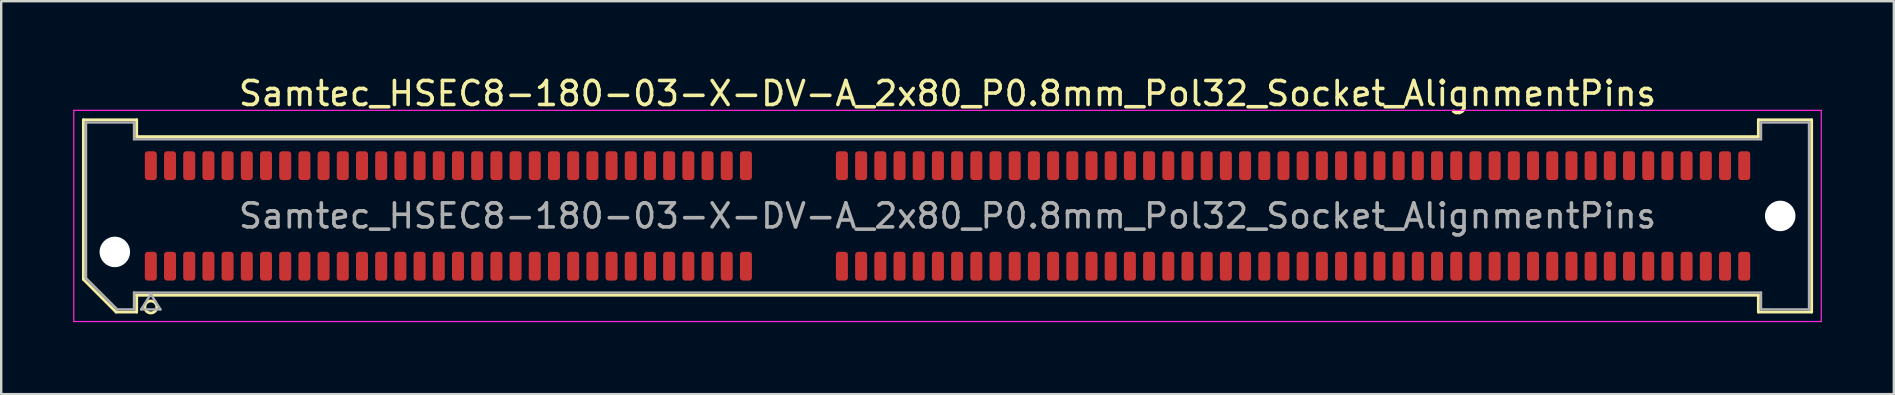
<source format=kicad_pcb>
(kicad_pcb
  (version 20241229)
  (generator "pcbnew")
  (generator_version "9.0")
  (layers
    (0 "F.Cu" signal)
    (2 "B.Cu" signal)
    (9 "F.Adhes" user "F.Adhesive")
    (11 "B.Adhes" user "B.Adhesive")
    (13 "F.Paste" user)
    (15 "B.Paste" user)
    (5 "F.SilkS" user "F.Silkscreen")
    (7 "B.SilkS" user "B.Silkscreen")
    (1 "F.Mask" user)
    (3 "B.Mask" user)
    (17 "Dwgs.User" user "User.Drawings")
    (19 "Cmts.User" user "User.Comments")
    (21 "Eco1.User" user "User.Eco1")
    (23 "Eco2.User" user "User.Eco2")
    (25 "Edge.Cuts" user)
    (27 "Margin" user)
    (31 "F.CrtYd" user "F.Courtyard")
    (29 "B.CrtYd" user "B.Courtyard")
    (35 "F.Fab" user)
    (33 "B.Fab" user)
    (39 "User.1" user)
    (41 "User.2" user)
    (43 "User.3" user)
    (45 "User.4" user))
  (footprint "Samtec_HSEC8-180-03-X-DV-A_2x80_P0.8mm_Pol32_Socket_AlignmentPins"
    (layer "F.Cu")
    (at 36.435 5.948)
    (property "Reference" "Samtec_HSEC8-180-03-X-DV-A_2x80_P0.8mm_Pol32_Socket_AlignmentPins" (at 0 -5.1 0) (layer "F.SilkS") (effects (font (size 1 1) (thickness 0.15))))
    (attr smd)
    (fp_line (start -36.01 -4.005) (end -33.79 -4.005) (stroke (width 0.12) (type solid)) (layer "F.SilkS"))
    (fp_line (start -36.01 2.641) (end -36.01 -4.005) (stroke (width 0.12) (type solid)) (layer "F.SilkS"))
    (fp_line (start -34.646 4.005) (end -36.01 2.641) (stroke (width 0.12) (type solid)) (layer "F.SilkS"))
    (fp_line (start -33.79 -4.005) (end -33.79 -3.305) (stroke (width 0.12) (type solid)) (layer "F.SilkS"))
    (fp_line (start -33.79 -3.305) (end 33.79 -3.305) (stroke (width 0.12) (type solid)) (layer "F.SilkS"))
    (fp_line (start -33.79 3.305) (end -33.79 4.005) (stroke (width 0.12) (type solid)) (layer "F.SilkS"))
    (fp_line (start -33.79 4.005) (end -34.646 4.005) (stroke (width 0.12) (type solid)) (layer "F.SilkS"))
    (fp_line (start 33.79 -4.005) (end 36.01 -4.005) (stroke (width 0.12) (type solid)) (layer "F.SilkS"))
    (fp_line (start 33.79 -3.305) (end 33.79 -4.005) (stroke (width 0.12) (type solid)) (layer "F.SilkS"))
    (fp_line (start 33.79 3.305) (end -33.79 3.305) (stroke (width 0.12) (type solid)) (layer "F.SilkS"))
    (fp_line (start 33.79 4.005) (end 33.79 3.305) (stroke (width 0.12) (type solid)) (layer "F.SilkS"))
    (fp_line (start 36.01 -4.005) (end 36.01 4.005) (stroke (width 0.12) (type solid)) (layer "F.SilkS"))
    (fp_line (start 36.01 4.005) (end 33.79 4.005) (stroke (width 0.12) (type solid)) (layer "F.SilkS"))
    (fp_arc (start -32.95 3.795) (mid -33.45 3.795) (end -32.95 3.795) (stroke (width 0.12) (type solid)) (layer "F.SilkS"))
    (fp_line (start -36.41 -4.4) (end -36.41 4.4) (stroke (width 0.05) (type solid)) (layer "F.CrtYd"))
    (fp_line (start -36.41 4.4) (end 36.41 4.4) (stroke (width 0.05) (type solid)) (layer "F.CrtYd"))
    (fp_line (start 36.41 -4.4) (end -36.41 -4.4) (stroke (width 0.05) (type solid)) (layer "F.CrtYd"))
    (fp_line (start 36.41 4.4) (end 36.41 -4.4) (stroke (width 0.05) (type solid)) (layer "F.CrtYd"))
    (fp_line (start -35.9 -3.895) (end -33.9 -3.895) (stroke (width 0.1) (type solid)) (layer "F.Fab"))
    (fp_line (start -35.9 2.595) (end -35.9 -3.895) (stroke (width 0.1) (type solid)) (layer "F.Fab"))
    (fp_line (start -34.6 3.895) (end -35.9 2.595) (stroke (width 0.1) (type solid)) (layer "F.Fab"))
    (fp_line (start -33.9 -3.895) (end -33.9 -3.195) (stroke (width 0.1) (type solid)) (layer "F.Fab"))
    (fp_line (start -33.9 -3.195) (end 33.9 -3.195) (stroke (width 0.1) (type solid)) (layer "F.Fab"))
    (fp_line (start -33.9 3.195) (end -33.9 3.895) (stroke (width 0.1) (type solid)) (layer "F.Fab"))
    (fp_line (start -33.9 3.895) (end -34.6 3.895) (stroke (width 0.1) (type solid)) (layer "F.Fab"))
    (fp_line (start -33.6 3.895) (end -33.2 3.255) (stroke (width 0.1) (type solid)) (layer "F.Fab"))
    (fp_line (start -33.2 3.255) (end -32.8 3.895) (stroke (width 0.1) (type solid)) (layer "F.Fab"))
    (fp_line (start -32.8 3.895) (end -33.6 3.895) (stroke (width 0.1) (type solid)) (layer "F.Fab"))
    (fp_line (start 33.9 -3.895) (end 35.9 -3.895) (stroke (width 0.1) (type solid)) (layer "F.Fab"))
    (fp_line (start 33.9 -3.195) (end 33.9 -3.895) (stroke (width 0.1) (type solid)) (layer "F.Fab"))
    (fp_line (start 33.9 3.195) (end -33.9 3.195) (stroke (width 0.1) (type solid)) (layer "F.Fab"))
    (fp_line (start 33.9 3.895) (end 33.9 3.195) (stroke (width 0.1) (type solid)) (layer "F.Fab"))
    (fp_line (start 35.9 -3.895) (end 35.9 3.895) (stroke (width 0.1) (type solid)) (layer "F.Fab"))
    (fp_line (start 35.9 3.895) (end 33.9 3.895) (stroke (width 0.1) (type solid)) (layer "F.Fab"))
    (fp_text user "${REFERENCE}" (at 0 0 0) (layer "F.Fab") (effects (font (size 1 1) (thickness 0.15))))
    (pad "" np_thru_hole circle (at -34.7 1.5) (size 1.27 1.27) (drill 1.27) (layers "*.Cu" "*.Mask"))
    (pad "" np_thru_hole circle (at 34.7 0) (size 1.27 1.27) (drill 1.27) (layers "*.Cu" "*.Mask"))
    (pad "1" smd roundrect (at -33.2 2.095) (size 0.5 1.2) (layers "F.Cu" "F.Mask" "F.Paste") (roundrect_rratio 0.25))
    (pad "2" smd roundrect (at -33.2 -2.095) (size 0.5 1.2) (layers "F.Cu" "F.Mask" "F.Paste") (roundrect_rratio 0.25))
    (pad "3" smd roundrect (at -32.4 2.095) (size 0.5 1.2) (layers "F.Cu" "F.Mask" "F.Paste") (roundrect_rratio 0.25))
    (pad "4" smd roundrect (at -32.4 -2.095) (size 0.5 1.2) (layers "F.Cu" "F.Mask" "F.Paste") (roundrect_rratio 0.25))
    (pad "5" smd roundrect (at -31.6 2.095) (size 0.5 1.2) (layers "F.Cu" "F.Mask" "F.Paste") (roundrect_rratio 0.25))
    (pad "6" smd roundrect (at -31.6 -2.095) (size 0.5 1.2) (layers "F.Cu" "F.Mask" "F.Paste") (roundrect_rratio 0.25))
    (pad "7" smd roundrect (at -30.8 2.095) (size 0.5 1.2) (layers "F.Cu" "F.Mask" "F.Paste") (roundrect_rratio 0.25))
    (pad "8" smd roundrect (at -30.8 -2.095) (size 0.5 1.2) (layers "F.Cu" "F.Mask" "F.Paste") (roundrect_rratio 0.25))
    (pad "9" smd roundrect (at -30 2.095) (size 0.5 1.2) (layers "F.Cu" "F.Mask" "F.Paste") (roundrect_rratio 0.25))
    (pad "10" smd roundrect (at -30 -2.095) (size 0.5 1.2) (layers "F.Cu" "F.Mask" "F.Paste") (roundrect_rratio 0.25))
    (pad "11" smd roundrect (at -29.2 2.095) (size 0.5 1.2) (layers "F.Cu" "F.Mask" "F.Paste") (roundrect_rratio 0.25))
    (pad "12" smd roundrect (at -29.2 -2.095) (size 0.5 1.2) (layers "F.Cu" "F.Mask" "F.Paste") (roundrect_rratio 0.25))
    (pad "13" smd roundrect (at -28.4 2.095) (size 0.5 1.2) (layers "F.Cu" "F.Mask" "F.Paste") (roundrect_rratio 0.25))
    (pad "14" smd roundrect (at -28.4 -2.095) (size 0.5 1.2) (layers "F.Cu" "F.Mask" "F.Paste") (roundrect_rratio 0.25))
    (pad "15" smd roundrect (at -27.6 2.095) (size 0.5 1.2) (layers "F.Cu" "F.Mask" "F.Paste") (roundrect_rratio 0.25))
    (pad "16" smd roundrect (at -27.6 -2.095) (size 0.5 1.2) (layers "F.Cu" "F.Mask" "F.Paste") (roundrect_rratio 0.25))
    (pad "17" smd roundrect (at -26.8 2.095) (size 0.5 1.2) (layers "F.Cu" "F.Mask" "F.Paste") (roundrect_rratio 0.25))
    (pad "18" smd roundrect (at -26.8 -2.095) (size 0.5 1.2) (layers "F.Cu" "F.Mask" "F.Paste") (roundrect_rratio 0.25))
    (pad "19" smd roundrect (at -26 2.095) (size 0.5 1.2) (layers "F.Cu" "F.Mask" "F.Paste") (roundrect_rratio 0.25))
    (pad "20" smd roundrect (at -26 -2.095) (size 0.5 1.2) (layers "F.Cu" "F.Mask" "F.Paste") (roundrect_rratio 0.25))
    (pad "21" smd roundrect (at -25.2 2.095) (size 0.5 1.2) (layers "F.Cu" "F.Mask" "F.Paste") (roundrect_rratio 0.25))
    (pad "22" smd roundrect (at -25.2 -2.095) (size 0.5 1.2) (layers "F.Cu" "F.Mask" "F.Paste") (roundrect_rratio 0.25))
    (pad "23" smd roundrect (at -24.4 2.095) (size 0.5 1.2) (layers "F.Cu" "F.Mask" "F.Paste") (roundrect_rratio 0.25))
    (pad "24" smd roundrect (at -24.4 -2.095) (size 0.5 1.2) (layers "F.Cu" "F.Mask" "F.Paste") (roundrect_rratio 0.25))
    (pad "25" smd roundrect (at -23.6 2.095) (size 0.5 1.2) (layers "F.Cu" "F.Mask" "F.Paste") (roundrect_rratio 0.25))
    (pad "26" smd roundrect (at -23.6 -2.095) (size 0.5 1.2) (layers "F.Cu" "F.Mask" "F.Paste") (roundrect_rratio 0.25))
    (pad "27" smd roundrect (at -22.8 2.095) (size 0.5 1.2) (layers "F.Cu" "F.Mask" "F.Paste") (roundrect_rratio 0.25))
    (pad "28" smd roundrect (at -22.8 -2.095) (size 0.5 1.2) (layers "F.Cu" "F.Mask" "F.Paste") (roundrect_rratio 0.25))
    (pad "29" smd roundrect (at -22 2.095) (size 0.5 1.2) (layers "F.Cu" "F.Mask" "F.Paste") (roundrect_rratio 0.25))
    (pad "30" smd roundrect (at -22 -2.095) (size 0.5 1.2) (layers "F.Cu" "F.Mask" "F.Paste") (roundrect_rratio 0.25))
    (pad "31" smd roundrect (at -21.2 2.095) (size 0.5 1.2) (layers "F.Cu" "F.Mask" "F.Paste") (roundrect_rratio 0.25))
    (pad "32" smd roundrect (at -21.2 -2.095) (size 0.5 1.2) (layers "F.Cu" "F.Mask" "F.Paste") (roundrect_rratio 0.25))
    (pad "33" smd roundrect (at -20.4 2.095) (size 0.5 1.2) (layers "F.Cu" "F.Mask" "F.Paste") (roundrect_rratio 0.25))
    (pad "34" smd roundrect (at -20.4 -2.095) (size 0.5 1.2) (layers "F.Cu" "F.Mask" "F.Paste") (roundrect_rratio 0.25))
    (pad "35" smd roundrect (at -19.6 2.095) (size 0.5 1.2) (layers "F.Cu" "F.Mask" "F.Paste") (roundrect_rratio 0.25))
    (pad "36" smd roundrect (at -19.6 -2.095) (size 0.5 1.2) (layers "F.Cu" "F.Mask" "F.Paste") (roundrect_rratio 0.25))
    (pad "37" smd roundrect (at -18.8 2.095) (size 0.5 1.2) (layers "F.Cu" "F.Mask" "F.Paste") (roundrect_rratio 0.25))
    (pad "38" smd roundrect (at -18.8 -2.095) (size 0.5 1.2) (layers "F.Cu" "F.Mask" "F.Paste") (roundrect_rratio 0.25))
    (pad "39" smd roundrect (at -18 2.095) (size 0.5 1.2) (layers "F.Cu" "F.Mask" "F.Paste") (roundrect_rratio 0.25))
    (pad "40" smd roundrect (at -18 -2.095) (size 0.5 1.2) (layers "F.Cu" "F.Mask" "F.Paste") (roundrect_rratio 0.25))
    (pad "41" smd roundrect (at -17.2 2.095) (size 0.5 1.2) (layers "F.Cu" "F.Mask" "F.Paste") (roundrect_rratio 0.25))
    (pad "42" smd roundrect (at -17.2 -2.095) (size 0.5 1.2) (layers "F.Cu" "F.Mask" "F.Paste") (roundrect_rratio 0.25))
    (pad "43" smd roundrect (at -16.4 2.095) (size 0.5 1.2) (layers "F.Cu" "F.Mask" "F.Paste") (roundrect_rratio 0.25))
    (pad "44" smd roundrect (at -16.4 -2.095) (size 0.5 1.2) (layers "F.Cu" "F.Mask" "F.Paste") (roundrect_rratio 0.25))
    (pad "45" smd roundrect (at -15.6 2.095) (size 0.5 1.2) (layers "F.Cu" "F.Mask" "F.Paste") (roundrect_rratio 0.25))
    (pad "46" smd roundrect (at -15.6 -2.095) (size 0.5 1.2) (layers "F.Cu" "F.Mask" "F.Paste") (roundrect_rratio 0.25))
    (pad "47" smd roundrect (at -14.8 2.095) (size 0.5 1.2) (layers "F.Cu" "F.Mask" "F.Paste") (roundrect_rratio 0.25))
    (pad "48" smd roundrect (at -14.8 -2.095) (size 0.5 1.2) (layers "F.Cu" "F.Mask" "F.Paste") (roundrect_rratio 0.25))
    (pad "49" smd roundrect (at -14 2.095) (size 0.5 1.2) (layers "F.Cu" "F.Mask" "F.Paste") (roundrect_rratio 0.25))
    (pad "50" smd roundrect (at -14 -2.095) (size 0.5 1.2) (layers "F.Cu" "F.Mask" "F.Paste") (roundrect_rratio 0.25))
    (pad "51" smd roundrect (at -13.2 2.095) (size 0.5 1.2) (layers "F.Cu" "F.Mask" "F.Paste") (roundrect_rratio 0.25))
    (pad "52" smd roundrect (at -13.2 -2.095) (size 0.5 1.2) (layers "F.Cu" "F.Mask" "F.Paste") (roundrect_rratio 0.25))
    (pad "53" smd roundrect (at -12.4 2.095) (size 0.5 1.2) (layers "F.Cu" "F.Mask" "F.Paste") (roundrect_rratio 0.25))
    (pad "54" smd roundrect (at -12.4 -2.095) (size 0.5 1.2) (layers "F.Cu" "F.Mask" "F.Paste") (roundrect_rratio 0.25))
    (pad "55" smd roundrect (at -11.6 2.095) (size 0.5 1.2) (layers "F.Cu" "F.Mask" "F.Paste") (roundrect_rratio 0.25))
    (pad "56" smd roundrect (at -11.6 -2.095) (size 0.5 1.2) (layers "F.Cu" "F.Mask" "F.Paste") (roundrect_rratio 0.25))
    (pad "57" smd roundrect (at -10.8 2.095) (size 0.5 1.2) (layers "F.Cu" "F.Mask" "F.Paste") (roundrect_rratio 0.25))
    (pad "58" smd roundrect (at -10.8 -2.095) (size 0.5 1.2) (layers "F.Cu" "F.Mask" "F.Paste") (roundrect_rratio 0.25))
    (pad "59" smd roundrect (at -10 2.095) (size 0.5 1.2) (layers "F.Cu" "F.Mask" "F.Paste") (roundrect_rratio 0.25))
    (pad "60" smd roundrect (at -10 -2.095) (size 0.5 1.2) (layers "F.Cu" "F.Mask" "F.Paste") (roundrect_rratio 0.25))
    (pad "61" smd roundrect (at -9.2 2.095) (size 0.5 1.2) (layers "F.Cu" "F.Mask" "F.Paste") (roundrect_rratio 0.25))
    (pad "62" smd roundrect (at -9.2 -2.095) (size 0.5 1.2) (layers "F.Cu" "F.Mask" "F.Paste") (roundrect_rratio 0.25))
    (pad "63" smd roundrect (at -8.4 2.095) (size 0.5 1.2) (layers "F.Cu" "F.Mask" "F.Paste") (roundrect_rratio 0.25))
    (pad "64" smd roundrect (at -8.4 -2.095) (size 0.5 1.2) (layers "F.Cu" "F.Mask" "F.Paste") (roundrect_rratio 0.25))
    (pad "65" smd roundrect (at -4.4 2.095) (size 0.5 1.2) (layers "F.Cu" "F.Mask" "F.Paste") (roundrect_rratio 0.25))
    (pad "66" smd roundrect (at -4.4 -2.095) (size 0.5 1.2) (layers "F.Cu" "F.Mask" "F.Paste") (roundrect_rratio 0.25))
    (pad "67" smd roundrect (at -3.6 2.095) (size 0.5 1.2) (layers "F.Cu" "F.Mask" "F.Paste") (roundrect_rratio 0.25))
    (pad "68" smd roundrect (at -3.6 -2.095) (size 0.5 1.2) (layers "F.Cu" "F.Mask" "F.Paste") (roundrect_rratio 0.25))
    (pad "69" smd roundrect (at -2.8 2.095) (size 0.5 1.2) (layers "F.Cu" "F.Mask" "F.Paste") (roundrect_rratio 0.25))
    (pad "70" smd roundrect (at -2.8 -2.095) (size 0.5 1.2) (layers "F.Cu" "F.Mask" "F.Paste") (roundrect_rratio 0.25))
    (pad "71" smd roundrect (at -2 2.095) (size 0.5 1.2) (layers "F.Cu" "F.Mask" "F.Paste") (roundrect_rratio 0.25))
    (pad "72" smd roundrect (at -2 -2.095) (size 0.5 1.2) (layers "F.Cu" "F.Mask" "F.Paste") (roundrect_rratio 0.25))
    (pad "73" smd roundrect (at -1.2 2.095) (size 0.5 1.2) (layers "F.Cu" "F.Mask" "F.Paste") (roundrect_rratio 0.25))
    (pad "74" smd roundrect (at -1.2 -2.095) (size 0.5 1.2) (layers "F.Cu" "F.Mask" "F.Paste") (roundrect_rratio 0.25))
    (pad "75" smd roundrect (at -0.4 2.095) (size 0.5 1.2) (layers "F.Cu" "F.Mask" "F.Paste") (roundrect_rratio 0.25))
    (pad "76" smd roundrect (at -0.4 -2.095) (size 0.5 1.2) (layers "F.Cu" "F.Mask" "F.Paste") (roundrect_rratio 0.25))
    (pad "77" smd roundrect (at 0.4 2.095) (size 0.5 1.2) (layers "F.Cu" "F.Mask" "F.Paste") (roundrect_rratio 0.25))
    (pad "78" smd roundrect (at 0.4 -2.095) (size 0.5 1.2) (layers "F.Cu" "F.Mask" "F.Paste") (roundrect_rratio 0.25))
    (pad "79" smd roundrect (at 1.2 2.095) (size 0.5 1.2) (layers "F.Cu" "F.Mask" "F.Paste") (roundrect_rratio 0.25))
    (pad "80" smd roundrect (at 1.2 -2.095) (size 0.5 1.2) (layers "F.Cu" "F.Mask" "F.Paste") (roundrect_rratio 0.25))
    (pad "81" smd roundrect (at 2 2.095) (size 0.5 1.2) (layers "F.Cu" "F.Mask" "F.Paste") (roundrect_rratio 0.25))
    (pad "82" smd roundrect (at 2 -2.095) (size 0.5 1.2) (layers "F.Cu" "F.Mask" "F.Paste") (roundrect_rratio 0.25))
    (pad "83" smd roundrect (at 2.8 2.095) (size 0.5 1.2) (layers "F.Cu" "F.Mask" "F.Paste") (roundrect_rratio 0.25))
    (pad "84" smd roundrect (at 2.8 -2.095) (size 0.5 1.2) (layers "F.Cu" "F.Mask" "F.Paste") (roundrect_rratio 0.25))
    (pad "85" smd roundrect (at 3.6 2.095) (size 0.5 1.2) (layers "F.Cu" "F.Mask" "F.Paste") (roundrect_rratio 0.25))
    (pad "86" smd roundrect (at 3.6 -2.095) (size 0.5 1.2) (layers "F.Cu" "F.Mask" "F.Paste") (roundrect_rratio 0.25))
    (pad "87" smd roundrect (at 4.4 2.095) (size 0.5 1.2) (layers "F.Cu" "F.Mask" "F.Paste") (roundrect_rratio 0.25))
    (pad "88" smd roundrect (at 4.4 -2.095) (size 0.5 1.2) (layers "F.Cu" "F.Mask" "F.Paste") (roundrect_rratio 0.25))
    (pad "89" smd roundrect (at 5.2 2.095) (size 0.5 1.2) (layers "F.Cu" "F.Mask" "F.Paste") (roundrect_rratio 0.25))
    (pad "90" smd roundrect (at 5.2 -2.095) (size 0.5 1.2) (layers "F.Cu" "F.Mask" "F.Paste") (roundrect_rratio 0.25))
    (pad "91" smd roundrect (at 6 2.095) (size 0.5 1.2) (layers "F.Cu" "F.Mask" "F.Paste") (roundrect_rratio 0.25))
    (pad "92" smd roundrect (at 6 -2.095) (size 0.5 1.2) (layers "F.Cu" "F.Mask" "F.Paste") (roundrect_rratio 0.25))
    (pad "93" smd roundrect (at 6.8 2.095) (size 0.5 1.2) (layers "F.Cu" "F.Mask" "F.Paste") (roundrect_rratio 0.25))
    (pad "94" smd roundrect (at 6.8 -2.095) (size 0.5 1.2) (layers "F.Cu" "F.Mask" "F.Paste") (roundrect_rratio 0.25))
    (pad "95" smd roundrect (at 7.6 2.095) (size 0.5 1.2) (layers "F.Cu" "F.Mask" "F.Paste") (roundrect_rratio 0.25))
    (pad "96" smd roundrect (at 7.6 -2.095) (size 0.5 1.2) (layers "F.Cu" "F.Mask" "F.Paste") (roundrect_rratio 0.25))
    (pad "97" smd roundrect (at 8.4 2.095) (size 0.5 1.2) (layers "F.Cu" "F.Mask" "F.Paste") (roundrect_rratio 0.25))
    (pad "98" smd roundrect (at 8.4 -2.095) (size 0.5 1.2) (layers "F.Cu" "F.Mask" "F.Paste") (roundrect_rratio 0.25))
    (pad "99" smd roundrect (at 9.2 2.095) (size 0.5 1.2) (layers "F.Cu" "F.Mask" "F.Paste") (roundrect_rratio 0.25))
    (pad "100" smd roundrect (at 9.2 -2.095) (size 0.5 1.2) (layers "F.Cu" "F.Mask" "F.Paste") (roundrect_rratio 0.25))
    (pad "101" smd roundrect (at 10 2.095) (size 0.5 1.2) (layers "F.Cu" "F.Mask" "F.Paste") (roundrect_rratio 0.25))
    (pad "102" smd roundrect (at 10 -2.095) (size 0.5 1.2) (layers "F.Cu" "F.Mask" "F.Paste") (roundrect_rratio 0.25))
    (pad "103" smd roundrect (at 10.8 2.095) (size 0.5 1.2) (layers "F.Cu" "F.Mask" "F.Paste") (roundrect_rratio 0.25))
    (pad "104" smd roundrect (at 10.8 -2.095) (size 0.5 1.2) (layers "F.Cu" "F.Mask" "F.Paste") (roundrect_rratio 0.25))
    (pad "105" smd roundrect (at 11.6 2.095) (size 0.5 1.2) (layers "F.Cu" "F.Mask" "F.Paste") (roundrect_rratio 0.25))
    (pad "106" smd roundrect (at 11.6 -2.095) (size 0.5 1.2) (layers "F.Cu" "F.Mask" "F.Paste") (roundrect_rratio 0.25))
    (pad "107" smd roundrect (at 12.4 2.095) (size 0.5 1.2) (layers "F.Cu" "F.Mask" "F.Paste") (roundrect_rratio 0.25))
    (pad "108" smd roundrect (at 12.4 -2.095) (size 0.5 1.2) (layers "F.Cu" "F.Mask" "F.Paste") (roundrect_rratio 0.25))
    (pad "109" smd roundrect (at 13.2 2.095) (size 0.5 1.2) (layers "F.Cu" "F.Mask" "F.Paste") (roundrect_rratio 0.25))
    (pad "110" smd roundrect (at 13.2 -2.095) (size 0.5 1.2) (layers "F.Cu" "F.Mask" "F.Paste") (roundrect_rratio 0.25))
    (pad "111" smd roundrect (at 14 2.095) (size 0.5 1.2) (layers "F.Cu" "F.Mask" "F.Paste") (roundrect_rratio 0.25))
    (pad "112" smd roundrect (at 14 -2.095) (size 0.5 1.2) (layers "F.Cu" "F.Mask" "F.Paste") (roundrect_rratio 0.25))
    (pad "113" smd roundrect (at 14.8 2.095) (size 0.5 1.2) (layers "F.Cu" "F.Mask" "F.Paste") (roundrect_rratio 0.25))
    (pad "114" smd roundrect (at 14.8 -2.095) (size 0.5 1.2) (layers "F.Cu" "F.Mask" "F.Paste") (roundrect_rratio 0.25))
    (pad "115" smd roundrect (at 15.6 2.095) (size 0.5 1.2) (layers "F.Cu" "F.Mask" "F.Paste") (roundrect_rratio 0.25))
    (pad "116" smd roundrect (at 15.6 -2.095) (size 0.5 1.2) (layers "F.Cu" "F.Mask" "F.Paste") (roundrect_rratio 0.25))
    (pad "117" smd roundrect (at 16.4 2.095) (size 0.5 1.2) (layers "F.Cu" "F.Mask" "F.Paste") (roundrect_rratio 0.25))
    (pad "118" smd roundrect (at 16.4 -2.095) (size 0.5 1.2) (layers "F.Cu" "F.Mask" "F.Paste") (roundrect_rratio 0.25))
    (pad "119" smd roundrect (at 17.2 2.095) (size 0.5 1.2) (layers "F.Cu" "F.Mask" "F.Paste") (roundrect_rratio 0.25))
    (pad "120" smd roundrect (at 17.2 -2.095) (size 0.5 1.2) (layers "F.Cu" "F.Mask" "F.Paste") (roundrect_rratio 0.25))
    (pad "121" smd roundrect (at 18 2.095) (size 0.5 1.2) (layers "F.Cu" "F.Mask" "F.Paste") (roundrect_rratio 0.25))
    (pad "122" smd roundrect (at 18 -2.095) (size 0.5 1.2) (layers "F.Cu" "F.Mask" "F.Paste") (roundrect_rratio 0.25))
    (pad "123" smd roundrect (at 18.8 2.095) (size 0.5 1.2) (layers "F.Cu" "F.Mask" "F.Paste") (roundrect_rratio 0.25))
    (pad "124" smd roundrect (at 18.8 -2.095) (size 0.5 1.2) (layers "F.Cu" "F.Mask" "F.Paste") (roundrect_rratio 0.25))
    (pad "125" smd roundrect (at 19.6 2.095) (size 0.5 1.2) (layers "F.Cu" "F.Mask" "F.Paste") (roundrect_rratio 0.25))
    (pad "126" smd roundrect (at 19.6 -2.095) (size 0.5 1.2) (layers "F.Cu" "F.Mask" "F.Paste") (roundrect_rratio 0.25))
    (pad "127" smd roundrect (at 20.4 2.095) (size 0.5 1.2) (layers "F.Cu" "F.Mask" "F.Paste") (roundrect_rratio 0.25))
    (pad "128" smd roundrect (at 20.4 -2.095) (size 0.5 1.2) (layers "F.Cu" "F.Mask" "F.Paste") (roundrect_rratio 0.25))
    (pad "129" smd roundrect (at 21.2 2.095) (size 0.5 1.2) (layers "F.Cu" "F.Mask" "F.Paste") (roundrect_rratio 0.25))
    (pad "130" smd roundrect (at 21.2 -2.095) (size 0.5 1.2) (layers "F.Cu" "F.Mask" "F.Paste") (roundrect_rratio 0.25))
    (pad "131" smd roundrect (at 22 2.095) (size 0.5 1.2) (layers "F.Cu" "F.Mask" "F.Paste") (roundrect_rratio 0.25))
    (pad "132" smd roundrect (at 22 -2.095) (size 0.5 1.2) (layers "F.Cu" "F.Mask" "F.Paste") (roundrect_rratio 0.25))
    (pad "133" smd roundrect (at 22.8 2.095) (size 0.5 1.2) (layers "F.Cu" "F.Mask" "F.Paste") (roundrect_rratio 0.25))
    (pad "134" smd roundrect (at 22.8 -2.095) (size 0.5 1.2) (layers "F.Cu" "F.Mask" "F.Paste") (roundrect_rratio 0.25))
    (pad "135" smd roundrect (at 23.6 2.095) (size 0.5 1.2) (layers "F.Cu" "F.Mask" "F.Paste") (roundrect_rratio 0.25))
    (pad "136" smd roundrect (at 23.6 -2.095) (size 0.5 1.2) (layers "F.Cu" "F.Mask" "F.Paste") (roundrect_rratio 0.25))
    (pad "137" smd roundrect (at 24.4 2.095) (size 0.5 1.2) (layers "F.Cu" "F.Mask" "F.Paste") (roundrect_rratio 0.25))
    (pad "138" smd roundrect (at 24.4 -2.095) (size 0.5 1.2) (layers "F.Cu" "F.Mask" "F.Paste") (roundrect_rratio 0.25))
    (pad "139" smd roundrect (at 25.2 2.095) (size 0.5 1.2) (layers "F.Cu" "F.Mask" "F.Paste") (roundrect_rratio 0.25))
    (pad "140" smd roundrect (at 25.2 -2.095) (size 0.5 1.2) (layers "F.Cu" "F.Mask" "F.Paste") (roundrect_rratio 0.25))
    (pad "141" smd roundrect (at 26 2.095) (size 0.5 1.2) (layers "F.Cu" "F.Mask" "F.Paste") (roundrect_rratio 0.25))
    (pad "142" smd roundrect (at 26 -2.095) (size 0.5 1.2) (layers "F.Cu" "F.Mask" "F.Paste") (roundrect_rratio 0.25))
    (pad "143" smd roundrect (at 26.8 2.095) (size 0.5 1.2) (layers "F.Cu" "F.Mask" "F.Paste") (roundrect_rratio 0.25))
    (pad "144" smd roundrect (at 26.8 -2.095) (size 0.5 1.2) (layers "F.Cu" "F.Mask" "F.Paste") (roundrect_rratio 0.25))
    (pad "145" smd roundrect (at 27.6 2.095) (size 0.5 1.2) (layers "F.Cu" "F.Mask" "F.Paste") (roundrect_rratio 0.25))
    (pad "146" smd roundrect (at 27.6 -2.095) (size 0.5 1.2) (layers "F.Cu" "F.Mask" "F.Paste") (roundrect_rratio 0.25))
    (pad "147" smd roundrect (at 28.4 2.095) (size 0.5 1.2) (layers "F.Cu" "F.Mask" "F.Paste") (roundrect_rratio 0.25))
    (pad "148" smd roundrect (at 28.4 -2.095) (size 0.5 1.2) (layers "F.Cu" "F.Mask" "F.Paste") (roundrect_rratio 0.25))
    (pad "149" smd roundrect (at 29.2 2.095) (size 0.5 1.2) (layers "F.Cu" "F.Mask" "F.Paste") (roundrect_rratio 0.25))
    (pad "150" smd roundrect (at 29.2 -2.095) (size 0.5 1.2) (layers "F.Cu" "F.Mask" "F.Paste") (roundrect_rratio 0.25))
    (pad "151" smd roundrect (at 30 2.095) (size 0.5 1.2) (layers "F.Cu" "F.Mask" "F.Paste") (roundrect_rratio 0.25))
    (pad "152" smd roundrect (at 30 -2.095) (size 0.5 1.2) (layers "F.Cu" "F.Mask" "F.Paste") (roundrect_rratio 0.25))
    (pad "153" smd roundrect (at 30.8 2.095) (size 0.5 1.2) (layers "F.Cu" "F.Mask" "F.Paste") (roundrect_rratio 0.25))
    (pad "154" smd roundrect (at 30.8 -2.095) (size 0.5 1.2) (layers "F.Cu" "F.Mask" "F.Paste") (roundrect_rratio 0.25))
    (pad "155" smd roundrect (at 31.6 2.095) (size 0.5 1.2) (layers "F.Cu" "F.Mask" "F.Paste") (roundrect_rratio 0.25))
    (pad "156" smd roundrect (at 31.6 -2.095) (size 0.5 1.2) (layers "F.Cu" "F.Mask" "F.Paste") (roundrect_rratio 0.25))
    (pad "157" smd roundrect (at 32.4 2.095) (size 0.5 1.2) (layers "F.Cu" "F.Mask" "F.Paste") (roundrect_rratio 0.25))
    (pad "158" smd roundrect (at 32.4 -2.095) (size 0.5 1.2) (layers "F.Cu" "F.Mask" "F.Paste") (roundrect_rratio 0.25))
    (pad "159" smd roundrect (at 33.2 2.095) (size 0.5 1.2) (layers "F.Cu" "F.Mask" "F.Paste") (roundrect_rratio 0.25))
    (pad "160" smd roundrect (at 33.2 -2.095) (size 0.5 1.2) (layers "F.Cu" "F.Mask" "F.Paste") (roundrect_rratio 0.25)))
  (gr_rect
    (start -3 -3)
    (end 75.87 13.373)
    (stroke (width 0.1) (type default))
    (fill no)
    (layer "Edge.Cuts")))
</source>
